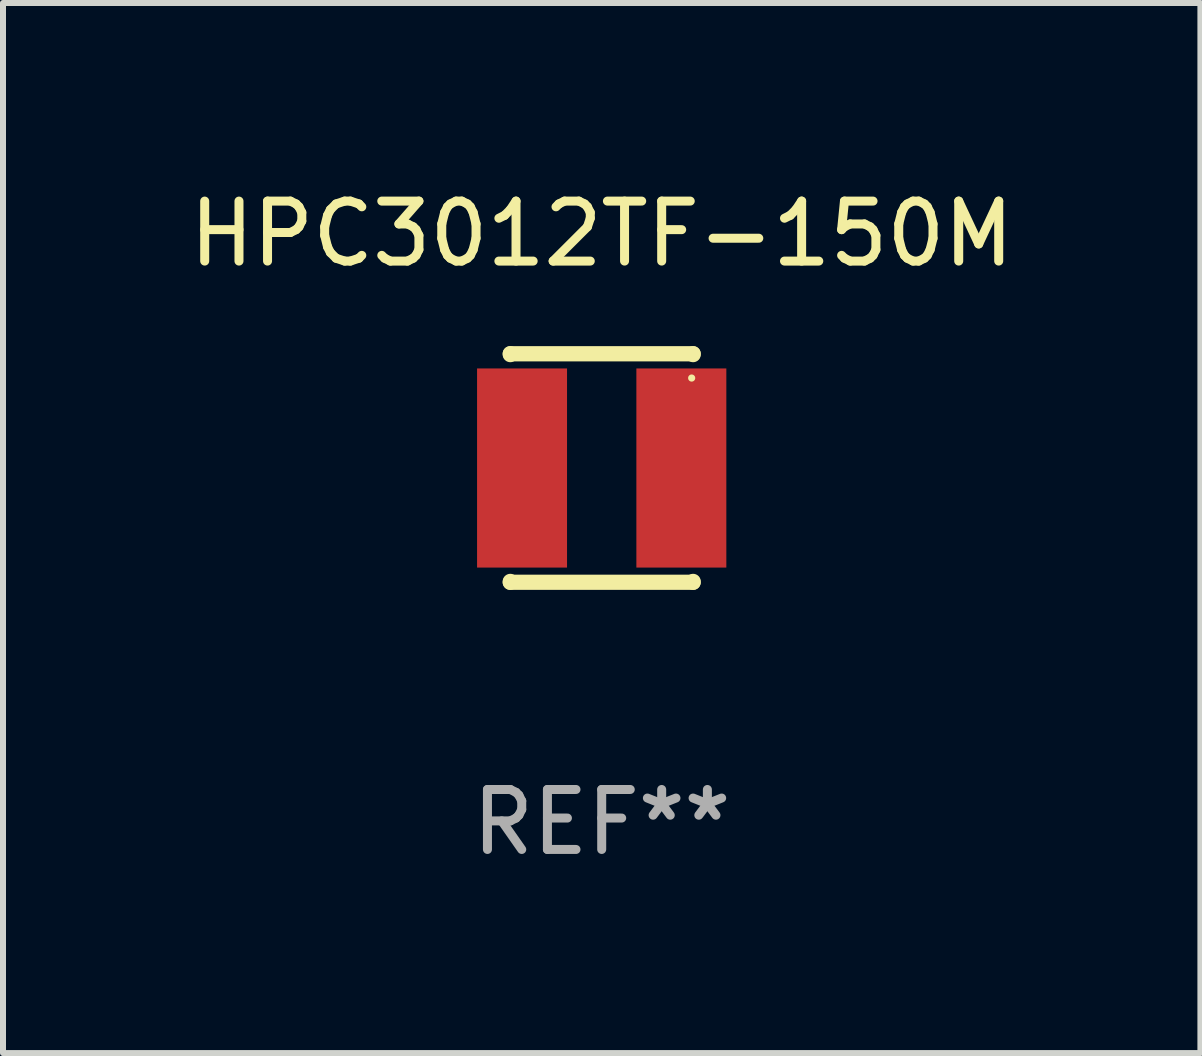
<source format=kicad_pcb>
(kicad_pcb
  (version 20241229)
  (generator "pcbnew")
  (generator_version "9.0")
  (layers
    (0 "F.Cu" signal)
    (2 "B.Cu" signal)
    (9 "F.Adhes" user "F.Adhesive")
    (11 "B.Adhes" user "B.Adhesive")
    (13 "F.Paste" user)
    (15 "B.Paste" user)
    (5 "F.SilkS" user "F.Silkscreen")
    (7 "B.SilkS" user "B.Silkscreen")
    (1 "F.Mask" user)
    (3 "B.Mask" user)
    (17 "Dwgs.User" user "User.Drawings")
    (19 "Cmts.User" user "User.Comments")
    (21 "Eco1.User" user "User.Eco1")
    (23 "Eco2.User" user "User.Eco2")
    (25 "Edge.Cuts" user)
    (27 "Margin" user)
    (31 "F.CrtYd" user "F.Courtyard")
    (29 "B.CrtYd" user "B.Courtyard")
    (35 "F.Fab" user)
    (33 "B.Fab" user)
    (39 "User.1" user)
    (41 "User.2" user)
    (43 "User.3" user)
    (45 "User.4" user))
  (footprint "HPC3012TF-150M"
    (layer "F.Cu")
    (at 6.982 4.753)
    (property "Reference" "HPC3012TF-150M" (at 0 -3.905 0) (layer "F.SilkS") (effects (font (size 1 1) (thickness 0.15))))
    (attr through_hole)
    (fp_line (start -1.524 -1.905) (end 1.524 -1.905) (stroke (width 0.254) (type solid)) (layer "F.SilkS"))
    (fp_line (start -1.524 -1.891) (end -1.524 -1.905) (stroke (width 0.254) (type solid)) (layer "F.SilkS"))
    (fp_line (start -1.524 1.905) (end -1.524 1.891) (stroke (width 0.254) (type solid)) (layer "F.SilkS"))
    (fp_line (start -1.524 1.905) (end 1.524 1.905) (stroke (width 0.254) (type solid)) (layer "F.SilkS"))
    (fp_line (start 1.524 -1.905) (end 1.524 -1.891) (stroke (width 0.254) (type solid)) (layer "F.SilkS"))
    (fp_line (start 1.524 1.891) (end 1.524 1.905) (stroke (width 0.254) (type solid)) (layer "F.SilkS"))
    (fp_circle (center 1.5 -1.5) (end 1.53 -1.5) (stroke (width 0.06) (type solid)) (fill no) (layer "F.SilkS"))
    (fp_text user "REF**" (at 0 5.905 0) (layer "F.Fab") (effects (font (size 1 1) (thickness 0.15))))
    (pad "1" smd rect (at 1.328 0) (size 1.5 3.32) (layers "F.Cu" "F.Mask" "F.Paste"))
    (pad "2" smd rect (at -1.328 0) (size 1.5 3.32) (layers "F.Cu" "F.Mask" "F.Paste")))
  (gr_rect
    (start -3 -3)
    (end 16.964 14.507)
    (stroke (width 0.1) (type default))
    (fill no)
    (layer "Edge.Cuts")))
</source>
